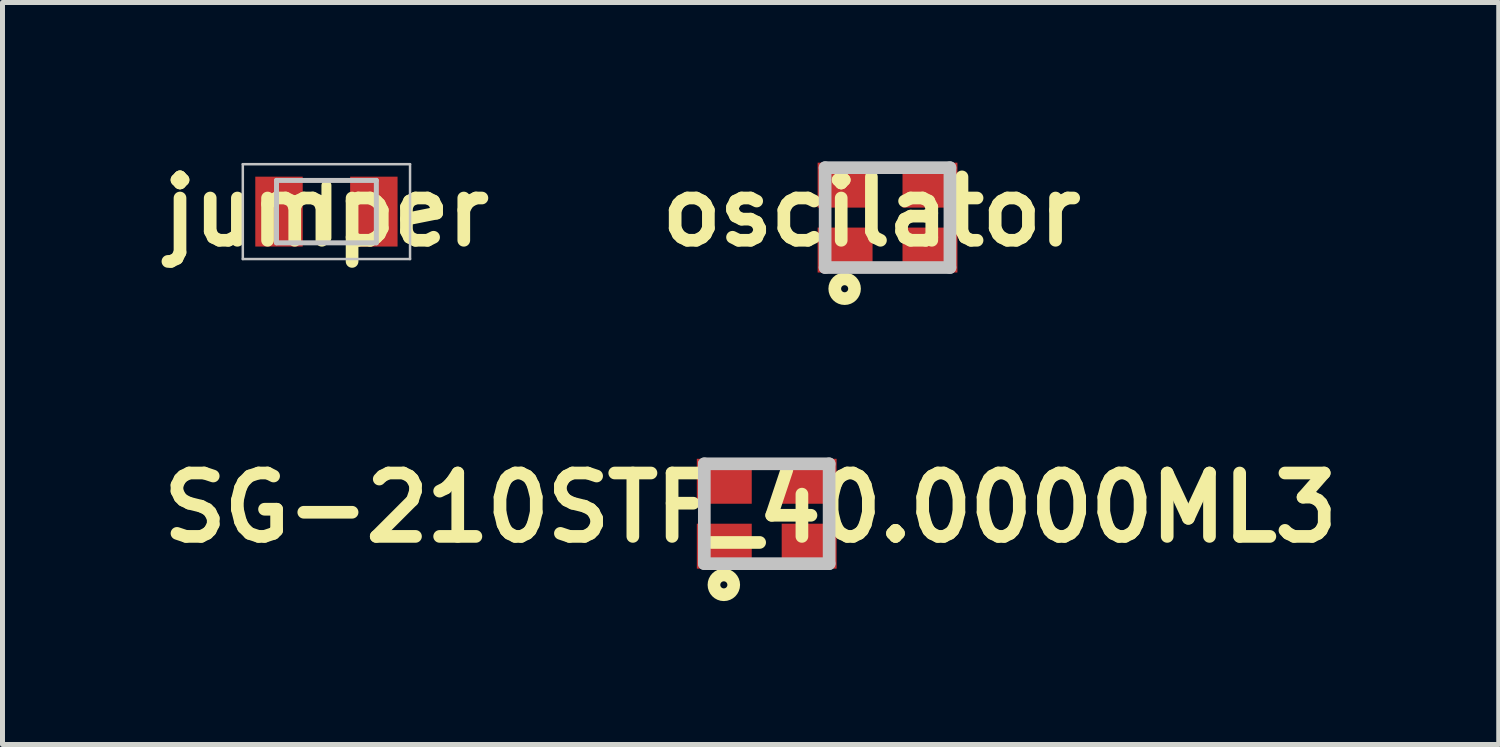
<source format=kicad_pcb>
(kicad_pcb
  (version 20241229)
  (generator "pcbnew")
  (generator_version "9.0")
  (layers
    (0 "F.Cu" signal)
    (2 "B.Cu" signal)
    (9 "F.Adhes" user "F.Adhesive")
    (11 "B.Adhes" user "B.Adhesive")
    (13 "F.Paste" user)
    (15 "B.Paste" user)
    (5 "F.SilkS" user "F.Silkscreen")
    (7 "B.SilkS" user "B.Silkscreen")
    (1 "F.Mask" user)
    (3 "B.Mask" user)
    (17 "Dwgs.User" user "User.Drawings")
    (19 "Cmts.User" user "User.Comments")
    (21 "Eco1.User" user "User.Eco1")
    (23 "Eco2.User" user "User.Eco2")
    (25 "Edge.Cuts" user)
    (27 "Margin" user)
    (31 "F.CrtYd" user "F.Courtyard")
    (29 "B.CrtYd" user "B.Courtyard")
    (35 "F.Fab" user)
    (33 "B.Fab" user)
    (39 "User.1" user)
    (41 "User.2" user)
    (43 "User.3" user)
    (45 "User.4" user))
  (footprint "oscilator"
    (layer "F.Cu")
    (at 14.729 1.309)
    (property "Reference" "oscilator" (at -0.323 -0.12 0) (layer "F.SilkS") (effects (font (size 1.27 1.27) (thickness 0.254))))
    (attr smd)
    (fp_circle (center -0.859 1.425) (end -0.859 1.496) (stroke (width 0.254) (type solid)) (fill no) (layer "F.SilkS"))
    (fp_line (start -1.25 -1) (end 1.25 -1) (stroke (width 0.254) (type solid)) (layer "Dwgs.User"))
    (fp_line (start -1.25 1) (end -1.25 -1) (stroke (width 0.254) (type solid)) (layer "Dwgs.User"))
    (fp_line (start 1.25 -1) (end 1.25 1) (stroke (width 0.254) (type solid)) (layer "Dwgs.User"))
    (fp_line (start 1.25 1) (end -1.25 1) (stroke (width 0.254) (type solid)) (layer "Dwgs.User"))
    (pad "1" smd rect (at -0.85 0.65 90) (size 0.9 1.1) (layers "F.Cu" "F.Paste"))
    (pad "2" smd rect (at 0.85 0.65 90) (size 0.9 1.1) (layers "F.Cu" "F.Paste"))
    (pad "3" smd rect (at 0.85 -0.65 90) (size 0.9 1.1) (layers "F.Cu" "F.Paste"))
    (pad "4" smd rect (at -0.85 -0.65 90) (size 0.9 1.1) (layers "F.Cu" "F.Paste")))
  (footprint "jumper"
    (layer "F.Cu")
    (at 3.489 1.189)
    (property "Reference" "jumper" (at 0 0 0) (layer "F.SilkS") (effects (font (size 1.27 1.27) (thickness 0.254))))
    (attr smd)
    (fp_line (start 0 -0.525) (end 0 0.525) (stroke (width 0.2) (type solid)) (layer "F.SilkS"))
    (fp_line (start -1.675 -0.95) (end 1.675 -0.95) (stroke (width 0.05) (type solid)) (layer "Dwgs.User"))
    (fp_line (start -1.675 0.95) (end -1.675 -0.95) (stroke (width 0.05) (type solid)) (layer "Dwgs.User"))
    (fp_line (start -1 -0.625) (end 1 -0.625) (stroke (width 0.1) (type solid)) (layer "Dwgs.User"))
    (fp_line (start -1 0.625) (end -1 -0.625) (stroke (width 0.1) (type solid)) (layer "Dwgs.User"))
    (fp_line (start 1 -0.625) (end 1 0.625) (stroke (width 0.1) (type solid)) (layer "Dwgs.User"))
    (fp_line (start 1 0.625) (end -1 0.625) (stroke (width 0.1) (type solid)) (layer "Dwgs.User"))
    (fp_line (start 1.675 -0.95) (end 1.675 0.95) (stroke (width 0.05) (type solid)) (layer "Dwgs.User"))
    (fp_line (start 1.675 0.95) (end -1.675 0.95) (stroke (width 0.05) (type solid)) (layer "Dwgs.User"))
    (pad "1" smd rect (at -0.95 0) (size 0.95 1.4) (layers "F.Cu" "F.Paste"))
    (pad "2" smd rect (at 0.95 0) (size 0.95 1.4) (layers "F.Cu" "F.Paste")))
  (footprint "SG-210STF_40.0000ML3"
    (layer "F.Cu")
    (at 12.309 7.241)
    (property "Reference" "SG-210STF_40.0000ML3" (at -0.323 -0.12 0) (layer "F.SilkS") (effects (font (size 1.27 1.27) (thickness 0.254))))
    (attr smd)
    (fp_circle (center -0.859 1.425) (end -0.859 1.496) (stroke (width 0.254) (type solid)) (fill no) (layer "F.SilkS"))
    (fp_line (start -1.25 -1) (end 1.25 -1) (stroke (width 0.254) (type solid)) (layer "Dwgs.User"))
    (fp_line (start -1.25 1) (end -1.25 -1) (stroke (width 0.254) (type solid)) (layer "Dwgs.User"))
    (fp_line (start 1.25 -1) (end 1.25 1) (stroke (width 0.254) (type solid)) (layer "Dwgs.User"))
    (fp_line (start 1.25 1) (end -1.25 1) (stroke (width 0.254) (type solid)) (layer "Dwgs.User"))
    (pad "1" smd rect (at -0.85 0.65 90) (size 0.9 1.1) (layers "F.Cu" "F.Paste"))
    (pad "2" smd rect (at 0.85 0.65 90) (size 0.9 1.1) (layers "F.Cu" "F.Paste"))
    (pad "3" smd rect (at 0.85 -0.65 90) (size 0.9 1.1) (layers "F.Cu" "F.Paste"))
    (pad "4" smd rect (at -0.85 -0.65 90) (size 0.9 1.1) (layers "F.Cu" "F.Paste")))
  (gr_rect
    (start -3 -3)
    (end 26.973 11.864)
    (stroke (width 0.1) (type default))
    (fill no)
    (layer "Edge.Cuts")))
</source>
